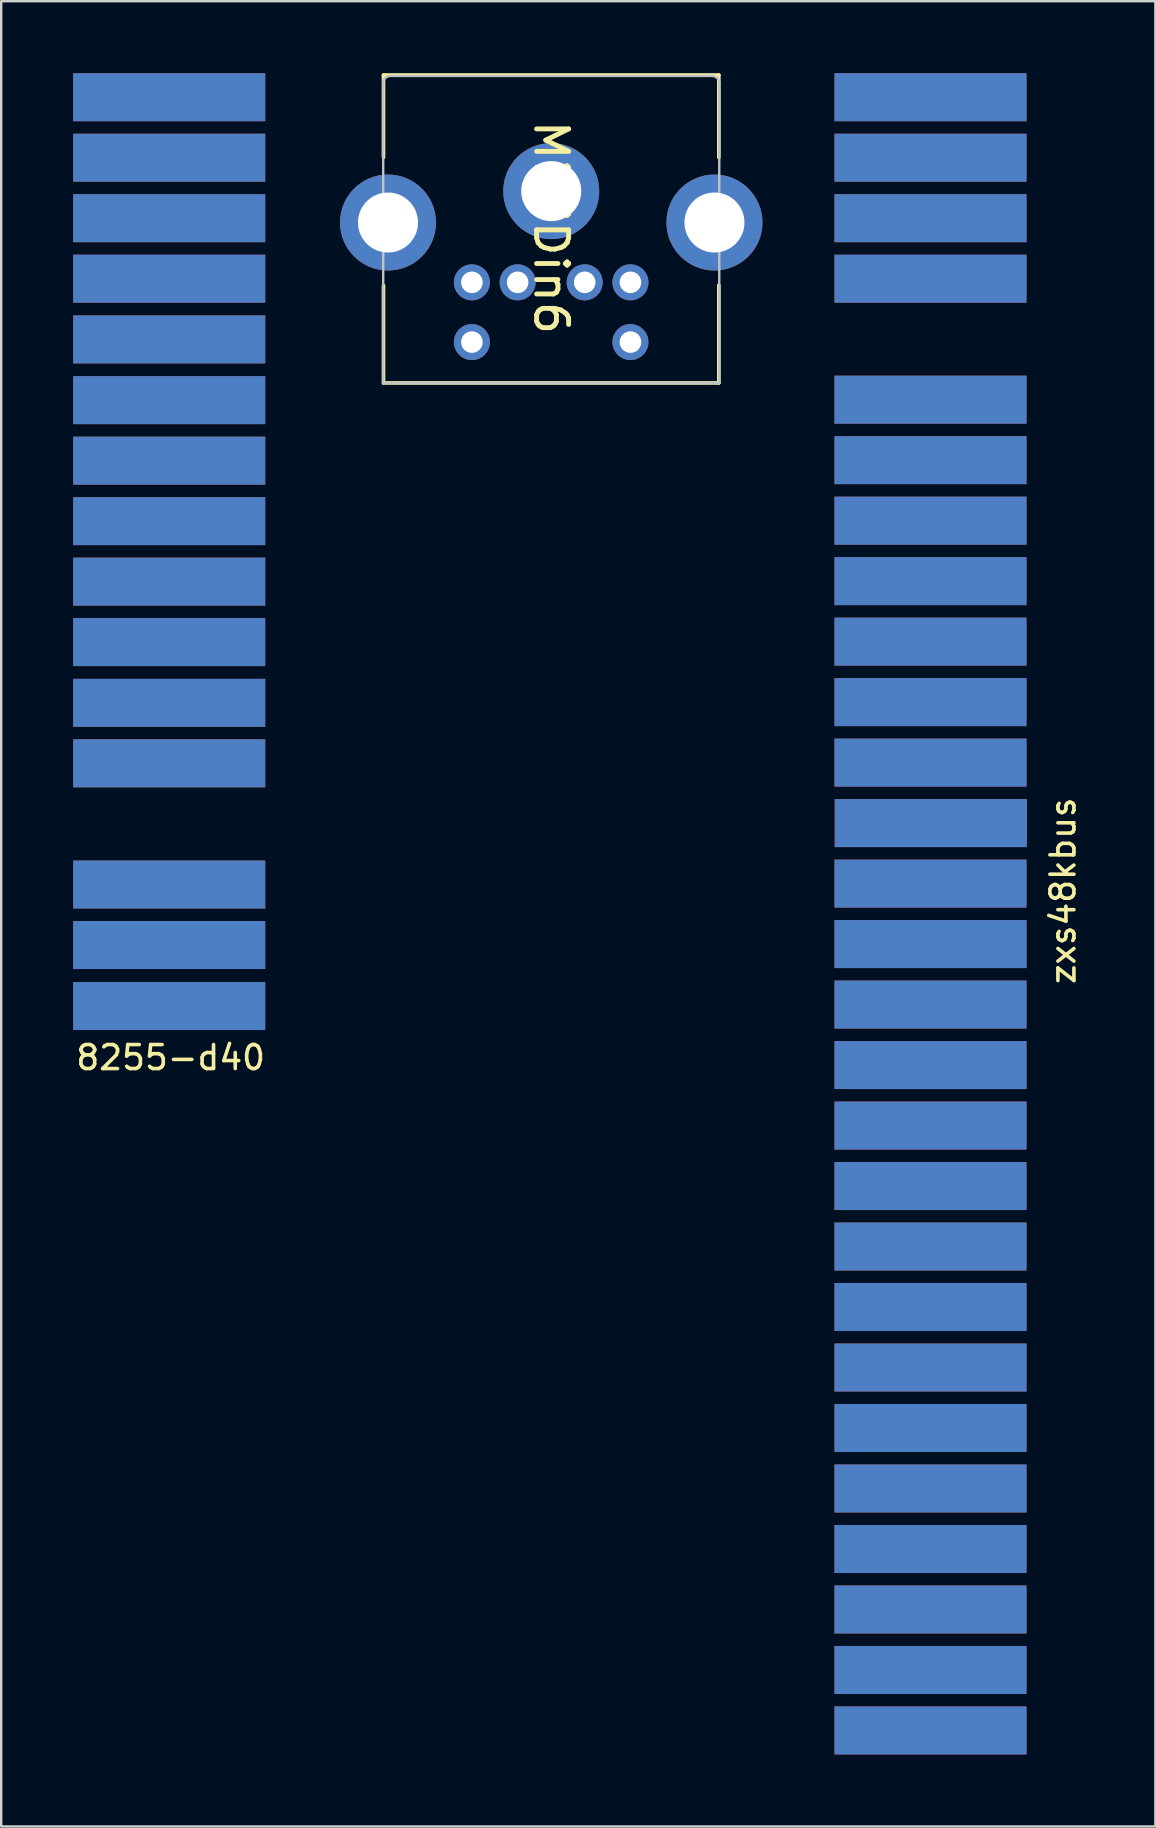
<source format=kicad_pcb>
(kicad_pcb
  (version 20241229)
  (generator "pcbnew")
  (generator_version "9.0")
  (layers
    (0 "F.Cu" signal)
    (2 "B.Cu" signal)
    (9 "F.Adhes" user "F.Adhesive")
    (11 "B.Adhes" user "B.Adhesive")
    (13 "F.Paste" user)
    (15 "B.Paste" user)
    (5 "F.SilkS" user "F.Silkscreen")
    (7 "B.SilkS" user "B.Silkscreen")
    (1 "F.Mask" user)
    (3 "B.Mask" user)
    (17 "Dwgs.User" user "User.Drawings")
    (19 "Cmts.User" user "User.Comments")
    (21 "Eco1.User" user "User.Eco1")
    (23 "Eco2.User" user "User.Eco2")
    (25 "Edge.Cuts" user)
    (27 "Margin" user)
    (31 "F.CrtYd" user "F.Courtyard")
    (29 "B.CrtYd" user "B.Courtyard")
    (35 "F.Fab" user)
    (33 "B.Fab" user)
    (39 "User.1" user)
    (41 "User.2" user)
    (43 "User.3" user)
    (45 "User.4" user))
  (footprint "MiniDin6"
    (layer "F.Cu")
    (at 19.911 6.426)
    (property "Reference" "MiniDin6" (at 0 0 270) (unlocked yes) (layer "F.SilkS") (effects (font (size 1.333 1.402) (thickness 0.203))))
    (attr smd)
    (fp_line (start -6.985 -6.35) (end 6.985 -6.35) (stroke (width 0.152) (type solid)) (layer "F.SilkS"))
    (fp_line (start -6.985 -2.921) (end -6.985 -6.35) (stroke (width 0.152) (type solid)) (layer "F.SilkS"))
    (fp_line (start -6.985 6.477) (end -6.985 2.413) (stroke (width 0.152) (type solid)) (layer "F.SilkS"))
    (fp_line (start 6.985 -6.35) (end 6.985 -2.921) (stroke (width 0.152) (type solid)) (layer "F.SilkS"))
    (fp_line (start 6.985 2.413) (end 6.985 6.477) (stroke (width 0.152) (type solid)) (layer "F.SilkS"))
    (fp_line (start 6.985 6.477) (end -6.985 6.477) (stroke (width 0.152) (type solid)) (layer "F.SilkS"))
    (fp_line (start -6.997 6.486) (end -6.997 -6.014) (stroke (width 0.1) (type solid)) (layer "Dwgs.User"))
    (fp_line (start -6.697 -6.314) (end 6.703 -6.314) (stroke (width 0.1) (type solid)) (layer "Dwgs.User"))
    (fp_line (start 6.403 6.486) (end -6.997 6.486) (stroke (width 0.1) (type solid)) (layer "Dwgs.User"))
    (fp_line (start 7.003 -6.014) (end 7.003 6.486) (stroke (width 0.1) (type solid)) (layer "Dwgs.User"))
    (fp_line (start 7.003 6.486) (end 6.403 6.486) (stroke (width 0.1) (type solid)) (layer "Dwgs.User"))
    (fp_arc (start -6.997 -6.014) (mid -6.909132 -6.226132) (end -6.697 -6.314) (stroke (width 0.1) (type solid)) (layer "Dwgs.User"))
    (fp_arc (start 6.703 -6.314) (mid 6.915132 -6.226132) (end 7.003 -6.014) (stroke (width 0.1) (type solid)) (layer "Dwgs.User"))
    (pad "1" thru_hole circle (at -1.397 2.286) (size 1.5 1.5) (drill 0.9) (layers "*.Cu" "*.Mask"))
    (pad "2" thru_hole circle (at 1.397 2.286) (size 1.5 1.5) (drill 0.9) (layers "*.Cu" "*.Mask"))
    (pad "3" thru_hole circle (at -3.302 2.286) (size 1.5 1.5) (drill 0.9) (layers "*.Cu" "*.Mask"))
    (pad "4" thru_hole circle (at 3.303 2.286) (size 1.5 1.5) (drill 0.9) (layers "*.Cu" "*.Mask"))
    (pad "5" thru_hole circle (at -3.302 4.775) (size 1.5 1.5) (drill 0.9) (layers "*.Cu" "*.Mask"))
    (pad "6" thru_hole circle (at 3.303 4.775) (size 1.5 1.5) (drill 0.9) (layers "*.Cu" "*.Mask"))
    (pad "7" thru_hole circle (at -6.797 -0.206) (size 4 4) (drill 2.5) (layers "*.Cu" "*.Mask"))
    (pad "8" thru_hole circle (at 6.803 -0.206) (size 4 4) (drill 2.5) (layers "*.Cu" "*.Mask"))
    (pad "9" thru_hole circle (at 0.003 -1.514) (size 4 4) (drill 2.5) (layers "*.Cu" "*.Mask")))
  (footprint "8255-d40"
    (layer "F.Cu")
    (at 3.97 19.9)
    (property "Reference" "8255-d40" (at 0.09 21.11 0) (layer "F.SilkS") (effects (font (size 1 1) (thickness 0.15))))
    (attr through_hole)
    (pad "IO1" smd rect (at 0.03 -18.9) (size 8 2) (layers "B.Cu" "B.Mask" "B.Paste"))
    (pad "IO2" smd rect (at 0.03 -18.9) (size 8 2) (layers "F.Cu" "F.Mask" "F.Paste"))
    (pad "IO3" smd rect (at 0.03 -16.38) (size 8 2) (layers "B.Cu" "B.Mask" "B.Paste"))
    (pad "IO4" smd rect (at 0.03 -16.38) (size 8 2) (layers "F.Cu" "F.Mask" "F.Paste"))
    (pad "IO5" smd rect (at 0.03 -13.86) (size 8 2) (layers "B.Cu" "B.Mask" "B.Paste"))
    (pad "IO6" smd rect (at 0.03 -13.86) (size 8 2) (layers "F.Cu" "F.Mask" "F.Paste"))
    (pad "IO7" smd rect (at 0.03 -11.34) (size 8 2) (layers "B.Cu" "B.Mask" "B.Paste"))
    (pad "IO8" smd rect (at 0.03 -11.34) (size 8 2) (layers "F.Cu" "F.Mask" "F.Paste"))
    (pad "IO9" smd rect (at 0.03 -8.81) (size 8 2) (layers "B.Cu" "B.Mask" "B.Paste"))
    (pad "IO10" smd rect (at 0.03 -8.81) (size 8 2) (layers "F.Cu" "F.Mask" "F.Paste"))
    (pad "IO11" smd rect (at 0.03 -6.28) (size 8 2) (layers "B.Cu" "B.Mask" "B.Paste"))
    (pad "IO12" smd rect (at 0.03 -6.28) (size 8 2) (layers "F.Cu" "F.Mask" "F.Paste"))
    (pad "IO13" smd rect (at 0.03 -3.76) (size 8 2) (layers "B.Cu" "B.Mask" "B.Paste"))
    (pad "IO14" smd rect (at 0.03 -3.76) (size 8 2) (layers "F.Cu" "F.Mask" "F.Paste"))
    (pad "IO15" smd rect (at 0.03 -1.24) (size 8 2) (layers "B.Cu" "B.Mask" "B.Paste"))
    (pad "IO16" smd rect (at 0.03 -1.24) (size 8 2) (layers "F.Cu" "F.Mask" "F.Paste"))
    (pad "IO17" smd rect (at 0.03 1.28) (size 8 2) (layers "B.Cu" "B.Mask" "B.Paste"))
    (pad "IO18" smd rect (at 0.03 1.28) (size 8 2) (layers "F.Cu" "F.Mask" "F.Paste"))
    (pad "IO19" smd rect (at 0.03 3.8) (size 8 2) (layers "B.Cu" "B.Mask" "B.Paste"))
    (pad "IO20" smd rect (at 0.03 3.8) (size 8 2) (layers "F.Cu" "F.Mask" "F.Paste"))
    (pad "IO21" smd rect (at 0.03 6.33) (size 8 2) (layers "B.Cu" "B.Mask" "B.Paste"))
    (pad "IO22" smd rect (at 0.03 6.33) (size 8 2) (layers "F.Cu" "F.Mask" "F.Paste"))
    (pad "IO23" smd rect (at 0.03 8.85) (size 8 2) (layers "B.Cu" "B.Mask" "B.Paste"))
    (pad "IO24" smd rect (at 0.03 8.85) (size 8 2) (layers "F.Cu" "F.Mask" "F.Paste"))
    (pad "IO25" smd rect (at 0.03 13.9) (size 8 2) (layers "B.Cu" "B.Mask" "B.Paste"))
    (pad "IO26" smd rect (at 0.03 13.9) (size 8 2) (layers "F.Cu" "F.Mask" "F.Paste"))
    (pad "IO27" smd rect (at 0.03 16.42) (size 8 2) (layers "B.Cu" "B.Mask" "B.Paste"))
    (pad "IO28" smd rect (at 0.03 16.42) (size 8 2) (layers "F.Cu" "F.Mask" "F.Paste"))
    (pad "IO29" smd rect (at 0.03 18.96) (size 8 2) (layers "B.Cu" "B.Mask" "B.Paste"))
    (pad "IO30" smd rect (at 0.03 18.96) (size 8 2) (layers "F.Cu" "F.Mask" "F.Paste")))
  (footprint "zxs48kbus"
    (layer "F.Cu")
    (at 35.854 33.62)
    (property "Reference" "zxs48kbus" (at 5.38 0.44 90) (layer "F.SilkS") (effects (font (size 1 1) (thickness 0.15))))
    (attr through_hole)
    (pad "A1" smd rect (at -0.14 -32.62) (size 8 2) (layers "B.Cu" "B.Mask" "B.Paste"))
    (pad "A2" smd rect (at -0.14 -30.1) (size 8 2) (layers "B.Cu" "B.Mask" "B.Paste"))
    (pad "A3" smd rect (at -0.14 -27.58) (size 8 2) (layers "B.Cu" "B.Mask" "B.Paste"))
    (pad "A4" smd rect (at -0.14 -25.06) (size 8 2) (layers "B.Cu" "B.Mask" "B.Paste"))
    (pad "A6" smd rect (at -0.14 -20.02) (size 8 2) (layers "B.Cu" "B.Mask" "B.Paste"))
    (pad "A7" smd rect (at -0.14 -17.5) (size 8 2) (layers "B.Cu" "B.Mask" "B.Paste"))
    (pad "A8" smd rect (at -0.14 -14.98) (size 8 2) (layers "B.Cu" "B.Mask" "B.Paste"))
    (pad "A9" smd rect (at -0.14 -12.46) (size 8 2) (layers "B.Cu" "B.Mask" "B.Paste"))
    (pad "A10" smd rect (at -0.14 -9.94) (size 8 2) (layers "B.Cu" "B.Mask" "B.Paste"))
    (pad "A11" smd rect (at -0.14 -7.42) (size 8 2) (layers "B.Cu" "B.Mask" "B.Paste"))
    (pad "A12" smd rect (at -0.14 -4.9) (size 8 2) (layers "B.Cu" "B.Mask" "B.Paste"))
    (pad "A13" smd rect (at -0.12 -2.38) (size 8 2) (layers "B.Cu" "B.Mask" "B.Paste"))
    (pad "A14" smd rect (at -0.14 0.14) (size 8 2) (layers "B.Cu" "B.Mask" "B.Paste"))
    (pad "A15" smd rect (at -0.14 2.66) (size 8 2) (layers "B.Cu" "B.Mask" "B.Paste"))
    (pad "A16" smd rect (at -0.14 5.18) (size 8 2) (layers "B.Cu" "B.Mask" "B.Paste"))
    (pad "A17" smd rect (at -0.14 7.7) (size 8 2) (layers "B.Cu" "B.Mask" "B.Paste"))
    (pad "A18" smd rect (at -0.14 10.22) (size 8 2) (layers "B.Cu" "B.Mask" "B.Paste"))
    (pad "A19" smd rect (at -0.14 12.74) (size 8 2) (layers "B.Cu" "B.Mask" "B.Paste"))
    (pad "A20" smd rect (at -0.14 15.26) (size 8 2) (layers "B.Cu" "B.Mask" "B.Paste"))
    (pad "A21" smd rect (at -0.14 17.78) (size 8 2) (layers "B.Cu" "B.Mask" "B.Paste"))
    (pad "A22" smd rect (at -0.14 20.3) (size 8 2) (layers "B.Cu" "B.Mask" "B.Paste"))
    (pad "A23" smd rect (at -0.14 22.82) (size 8 2) (layers "B.Cu" "B.Mask" "B.Paste"))
    (pad "A24" smd rect (at -0.14 25.34) (size 8 2) (layers "B.Cu" "B.Mask" "B.Paste"))
    (pad "A25" smd rect (at -0.14 27.86) (size 8 2) (layers "B.Cu" "B.Mask" "B.Paste"))
    (pad "A26" smd rect (at -0.14 30.38) (size 8 2) (layers "B.Cu" "B.Mask" "B.Paste"))
    (pad "A27" smd rect (at -0.14 32.9) (size 8 2) (layers "B.Cu" "B.Mask" "B.Paste"))
    (pad "A28" smd rect (at -0.14 35.42) (size 8 2) (layers "B.Cu" "B.Mask" "B.Paste"))
    (pad "B1" smd rect (at -0.14 -32.62) (size 8 2) (layers "F.Cu" "F.Mask" "F.Paste"))
    (pad "B2" smd rect (at -0.14 -30.1) (size 8 2) (layers "F.Cu" "F.Mask" "F.Paste"))
    (pad "B3" smd rect (at -0.14 -27.58) (size 8 2) (layers "F.Cu" "F.Mask" "F.Paste"))
    (pad "B4" smd rect (at -0.14 -25.06) (size 8 2) (layers "F.Cu" "F.Mask" "F.Paste"))
    (pad "B6" smd rect (at -0.14 -20.02) (size 8 2) (layers "F.Cu" "F.Mask" "F.Paste"))
    (pad "B7" smd rect (at -0.14 -17.5) (size 8 2) (layers "F.Cu" "F.Mask" "F.Paste"))
    (pad "B8" smd rect (at -0.14 -14.98) (size 8 2) (layers "F.Cu" "F.Mask" "F.Paste"))
    (pad "B9" smd rect (at -0.14 -12.46) (size 8 2) (layers "F.Cu" "F.Mask" "F.Paste"))
    (pad "B10" smd rect (at -0.14 -9.94) (size 8 2) (layers "F.Cu" "F.Mask" "F.Paste"))
    (pad "B11" smd rect (at -0.14 -7.42) (size 8 2) (layers "F.Cu" "F.Mask" "F.Paste"))
    (pad "B12" smd rect (at -0.14 -4.9) (size 8 2) (layers "F.Cu" "F.Mask" "F.Paste"))
    (pad "B13" smd rect (at -0.14 -2.38) (size 8 2) (layers "F.Cu" "F.Mask" "F.Paste"))
    (pad "B14" smd rect (at -0.14 0.14) (size 8 2) (layers "F.Cu" "F.Mask" "F.Paste"))
    (pad "B15" smd rect (at -0.14 2.66) (size 8 2) (layers "F.Cu" "F.Mask" "F.Paste"))
    (pad "B16" smd rect (at -0.14 5.18) (size 8 2) (layers "F.Cu" "F.Mask" "F.Paste"))
    (pad "B17" smd rect (at -0.14 7.7) (size 8 2) (layers "F.Cu" "F.Mask" "F.Paste"))
    (pad "B18" smd rect (at -0.14 10.22) (size 8 2) (layers "F.Cu" "F.Mask" "F.Paste"))
    (pad "B19" smd rect (at -0.14 12.74) (size 8 2) (layers "F.Cu" "F.Mask" "F.Paste"))
    (pad "B20" smd rect (at -0.14 15.26) (size 8 2) (layers "F.Cu" "F.Mask" "F.Paste"))
    (pad "B21" smd rect (at -0.14 17.78) (size 8 2) (layers "F.Cu" "F.Mask" "F.Paste"))
    (pad "B22" smd rect (at -0.14 20.3) (size 8 2) (layers "F.Cu" "F.Mask" "F.Paste"))
    (pad "B23" smd rect (at -0.14 22.82) (size 8 2) (layers "F.Cu" "F.Mask" "F.Paste"))
    (pad "B24" smd rect (at -0.14 25.34) (size 8 2) (layers "F.Cu" "F.Mask" "F.Paste"))
    (pad "B25" smd rect (at -0.14 27.86) (size 8 2) (layers "F.Cu" "F.Mask" "F.Paste"))
    (pad "B26" smd rect (at -0.14 30.38) (size 8 2) (layers "F.Cu" "F.Mask" "F.Paste"))
    (pad "B27" smd rect (at -0.14 32.9) (size 8 2) (layers "F.Cu" "F.Mask" "F.Paste"))
    (pad "B28" smd rect (at -0.14 35.42) (size 8 2) (layers "F.Cu" "F.Mask" "F.Paste")))
  (gr_rect
    (start -3 -3)
    (end 45.082 73.04)
    (stroke (width 0.1) (type default))
    (fill no)
    (layer "Edge.Cuts")))
</source>
